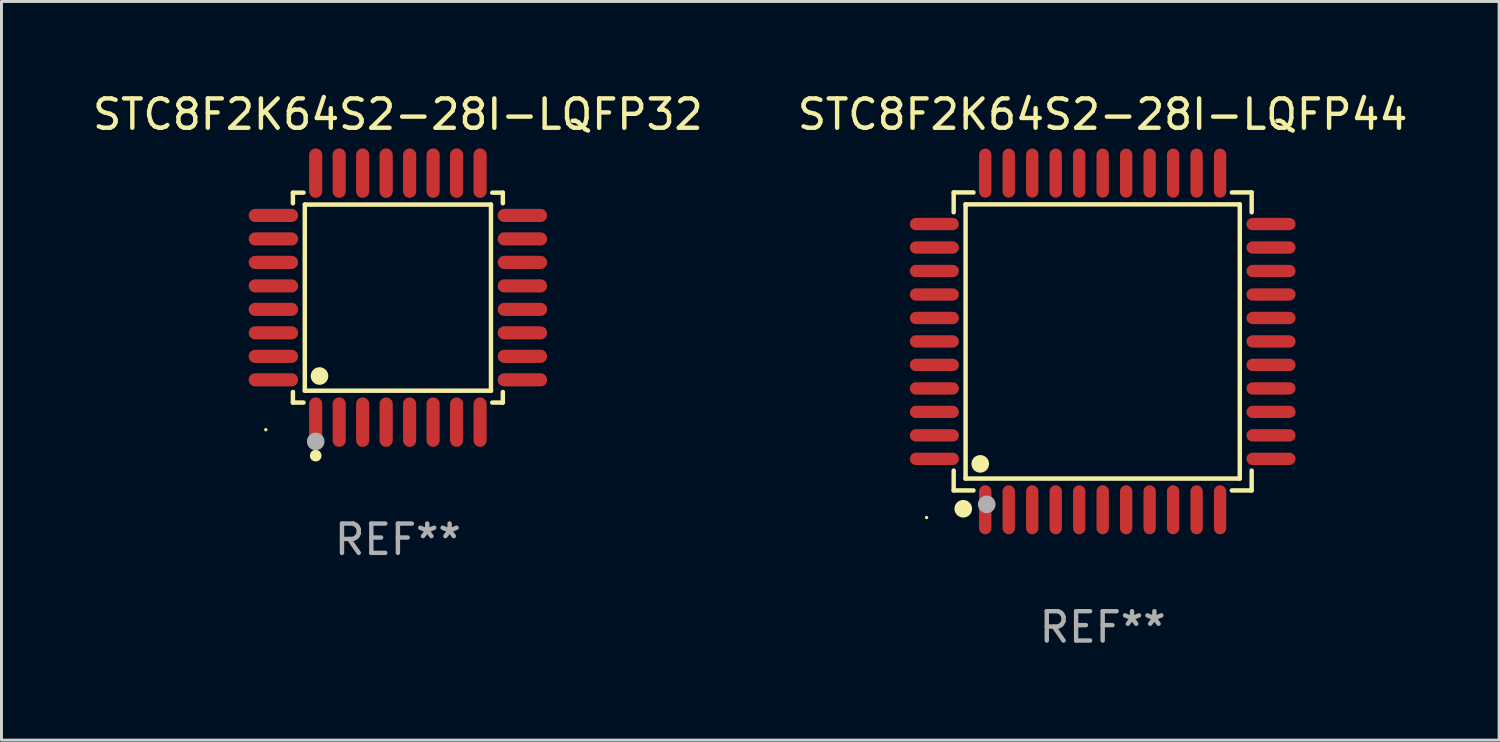
<source format=kicad_pcb>
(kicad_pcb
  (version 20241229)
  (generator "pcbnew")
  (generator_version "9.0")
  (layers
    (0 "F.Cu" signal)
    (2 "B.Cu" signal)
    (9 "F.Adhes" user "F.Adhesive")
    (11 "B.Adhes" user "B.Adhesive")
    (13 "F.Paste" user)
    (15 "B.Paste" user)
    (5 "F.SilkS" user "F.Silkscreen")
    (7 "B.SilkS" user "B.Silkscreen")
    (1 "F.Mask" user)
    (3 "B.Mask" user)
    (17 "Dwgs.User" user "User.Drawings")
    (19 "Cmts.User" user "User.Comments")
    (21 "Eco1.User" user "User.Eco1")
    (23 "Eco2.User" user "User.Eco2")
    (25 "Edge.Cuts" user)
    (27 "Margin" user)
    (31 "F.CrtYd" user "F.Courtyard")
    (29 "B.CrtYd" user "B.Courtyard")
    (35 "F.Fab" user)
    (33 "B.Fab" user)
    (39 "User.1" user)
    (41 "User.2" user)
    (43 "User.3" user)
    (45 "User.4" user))
  (footprint "STC8F2K64S2-28I-LQFP44"
    (layer "F.Cu")
    (at 34.518 8.583)
    (property "Reference" "STC8F2K64S2-28I-LQFP44" (at 0 -7.735 0) (layer "F.SilkS") (effects (font (size 1 1) (thickness 0.15))))
    (attr through_hole)
    (fp_line (start -5.076 -5.076) (end -4.401 -5.076) (stroke (width 0.152) (type solid)) (layer "F.SilkS"))
    (fp_line (start -5.076 -4.401) (end -5.076 -5.076) (stroke (width 0.152) (type solid)) (layer "F.SilkS"))
    (fp_line (start -5.076 4.401) (end -5.076 5.076) (stroke (width 0.152) (type solid)) (layer "F.SilkS"))
    (fp_line (start -5.076 5.076) (end -4.401 5.076) (stroke (width 0.152) (type solid)) (layer "F.SilkS"))
    (fp_line (start -4.671 -4.671) (end 4.671 -4.671) (stroke (width 0.152) (type solid)) (layer "F.SilkS"))
    (fp_line (start -4.671 4.671) (end -4.671 -4.671) (stroke (width 0.152) (type solid)) (layer "F.SilkS"))
    (fp_line (start 4.671 -4.671) (end 4.671 4.671) (stroke (width 0.152) (type solid)) (layer "F.SilkS"))
    (fp_line (start 4.671 4.671) (end -4.671 4.671) (stroke (width 0.152) (type solid)) (layer "F.SilkS"))
    (fp_line (start 5.076 -5.076) (end 4.401 -5.076) (stroke (width 0.152) (type solid)) (layer "F.SilkS"))
    (fp_line (start 5.076 -4.401) (end 5.076 -5.076) (stroke (width 0.152) (type solid)) (layer "F.SilkS"))
    (fp_line (start 5.076 4.401) (end 5.076 5.076) (stroke (width 0.152) (type solid)) (layer "F.SilkS"))
    (fp_line (start 5.076 5.076) (end 4.401 5.076) (stroke (width 0.152) (type solid)) (layer "F.SilkS"))
    (fp_circle (center -6 6) (end -5.97 6) (stroke (width 0.06) (type solid)) (fill no) (layer "F.SilkS"))
    (fp_circle (center -4.75 5.7) (end -4.6 5.7) (stroke (width 0.3) (type solid)) (fill no) (layer "F.SilkS"))
    (fp_circle (center -4.171 4.171) (end -4.021 4.171) (stroke (width 0.3) (type solid)) (fill no) (layer "F.SilkS"))
    (fp_circle (center -3.95 5.55) (end -3.8 5.55) (stroke (width 0.3) (type solid)) (fill no) (layer "F.Fab"))
    (fp_text user "REF**" (at 0 9.735 0) (layer "F.Fab") (effects (font (size 1 1) (thickness 0.15))))
    (pad "1" smd oval (at -4 5.735) (size 0.42 1.67) (layers "F.Cu" "F.Mask" "F.Paste"))
    (pad "2" smd oval (at -3.2 5.735) (size 0.42 1.67) (layers "F.Cu" "F.Mask" "F.Paste"))
    (pad "3" smd oval (at -2.4 5.735) (size 0.42 1.67) (layers "F.Cu" "F.Mask" "F.Paste"))
    (pad "4" smd oval (at -1.6 5.735) (size 0.42 1.67) (layers "F.Cu" "F.Mask" "F.Paste"))
    (pad "5" smd oval (at -0.8 5.735) (size 0.42 1.67) (layers "F.Cu" "F.Mask" "F.Paste"))
    (pad "6" smd oval (at 0 5.735) (size 0.42 1.67) (layers "F.Cu" "F.Mask" "F.Paste"))
    (pad "7" smd oval (at 0.8 5.735) (size 0.42 1.67) (layers "F.Cu" "F.Mask" "F.Paste"))
    (pad "8" smd oval (at 1.6 5.735) (size 0.42 1.67) (layers "F.Cu" "F.Mask" "F.Paste"))
    (pad "9" smd oval (at 2.4 5.735) (size 0.42 1.67) (layers "F.Cu" "F.Mask" "F.Paste"))
    (pad "10" smd oval (at 3.2 5.735) (size 0.42 1.67) (layers "F.Cu" "F.Mask" "F.Paste"))
    (pad "11" smd oval (at 4 5.735) (size 0.42 1.67) (layers "F.Cu" "F.Mask" "F.Paste"))
    (pad "12" smd oval (at 5.735 4) (size 1.67 0.42) (layers "F.Cu" "F.Mask" "F.Paste"))
    (pad "13" smd oval (at 5.735 3.2) (size 1.67 0.42) (layers "F.Cu" "F.Mask" "F.Paste"))
    (pad "14" smd oval (at 5.735 2.4) (size 1.67 0.42) (layers "F.Cu" "F.Mask" "F.Paste"))
    (pad "15" smd oval (at 5.735 1.6) (size 1.67 0.42) (layers "F.Cu" "F.Mask" "F.Paste"))
    (pad "16" smd oval (at 5.735 0.8) (size 1.67 0.42) (layers "F.Cu" "F.Mask" "F.Paste"))
    (pad "17" smd oval (at 5.735 0) (size 1.67 0.42) (layers "F.Cu" "F.Mask" "F.Paste"))
    (pad "18" smd oval (at 5.735 -0.8) (size 1.67 0.42) (layers "F.Cu" "F.Mask" "F.Paste"))
    (pad "19" smd oval (at 5.735 -1.6) (size 1.67 0.42) (layers "F.Cu" "F.Mask" "F.Paste"))
    (pad "20" smd oval (at 5.735 -2.4) (size 1.67 0.42) (layers "F.Cu" "F.Mask" "F.Paste"))
    (pad "21" smd oval (at 5.735 -3.2) (size 1.67 0.42) (layers "F.Cu" "F.Mask" "F.Paste"))
    (pad "22" smd oval (at 5.735 -4) (size 1.67 0.42) (layers "F.Cu" "F.Mask" "F.Paste"))
    (pad "23" smd oval (at 4 -5.735) (size 0.42 1.67) (layers "F.Cu" "F.Mask" "F.Paste"))
    (pad "24" smd oval (at 3.2 -5.735) (size 0.42 1.67) (layers "F.Cu" "F.Mask" "F.Paste"))
    (pad "25" smd oval (at 2.4 -5.735) (size 0.42 1.67) (layers "F.Cu" "F.Mask" "F.Paste"))
    (pad "26" smd oval (at 1.6 -5.735) (size 0.42 1.67) (layers "F.Cu" "F.Mask" "F.Paste"))
    (pad "27" smd oval (at 0.8 -5.735) (size 0.42 1.67) (layers "F.Cu" "F.Mask" "F.Paste"))
    (pad "28" smd oval (at 0 -5.735) (size 0.42 1.67) (layers "F.Cu" "F.Mask" "F.Paste"))
    (pad "29" smd oval (at -0.8 -5.735) (size 0.42 1.67) (layers "F.Cu" "F.Mask" "F.Paste"))
    (pad "30" smd oval (at -1.6 -5.735) (size 0.42 1.67) (layers "F.Cu" "F.Mask" "F.Paste"))
    (pad "31" smd oval (at -2.4 -5.735) (size 0.42 1.67) (layers "F.Cu" "F.Mask" "F.Paste"))
    (pad "32" smd oval (at -3.2 -5.735) (size 0.42 1.67) (layers "F.Cu" "F.Mask" "F.Paste"))
    (pad "33" smd oval (at -4 -5.735) (size 0.42 1.67) (layers "F.Cu" "F.Mask" "F.Paste"))
    (pad "34" smd oval (at -5.735 -4) (size 1.67 0.42) (layers "F.Cu" "F.Mask" "F.Paste"))
    (pad "35" smd oval (at -5.735 -3.2) (size 1.67 0.42) (layers "F.Cu" "F.Mask" "F.Paste"))
    (pad "36" smd oval (at -5.735 -2.4) (size 1.67 0.42) (layers "F.Cu" "F.Mask" "F.Paste"))
    (pad "37" smd oval (at -5.735 -1.6) (size 1.67 0.42) (layers "F.Cu" "F.Mask" "F.Paste"))
    (pad "38" smd oval (at -5.735 -0.8) (size 1.67 0.42) (layers "F.Cu" "F.Mask" "F.Paste"))
    (pad "39" smd oval (at -5.735 0) (size 1.67 0.42) (layers "F.Cu" "F.Mask" "F.Paste"))
    (pad "40" smd oval (at -5.735 0.8) (size 1.67 0.42) (layers "F.Cu" "F.Mask" "F.Paste"))
    (pad "41" smd oval (at -5.735 1.6) (size 1.67 0.42) (layers "F.Cu" "F.Mask" "F.Paste"))
    (pad "42" smd oval (at -5.735 2.4) (size 1.67 0.42) (layers "F.Cu" "F.Mask" "F.Paste"))
    (pad "43" smd oval (at -5.735 3.2) (size 1.67 0.42) (layers "F.Cu" "F.Mask" "F.Paste"))
    (pad "44" smd oval (at -5.735 4) (size 1.67 0.42) (layers "F.Cu" "F.Mask" "F.Paste")))
  (footprint "STC8F2K64S2-28I-LQFP32"
    (layer "F.Cu")
    (at 10.506 7.09)
    (property "Reference" "STC8F2K64S2-28I-LQFP32" (at 0 -6.242 0) (layer "F.SilkS") (effects (font (size 1 1) (thickness 0.15))))
    (attr through_hole)
    (fp_line (start -3.576 -3.576) (end -3.215 -3.576) (stroke (width 0.152) (type solid)) (layer "F.SilkS"))
    (fp_line (start -3.576 -3.215) (end -3.576 -3.576) (stroke (width 0.152) (type solid)) (layer "F.SilkS"))
    (fp_line (start -3.576 3.215) (end -3.576 3.576) (stroke (width 0.152) (type solid)) (layer "F.SilkS"))
    (fp_line (start -3.576 3.576) (end -3.215 3.576) (stroke (width 0.152) (type solid)) (layer "F.SilkS"))
    (fp_line (start -3.171 -3.171) (end 3.171 -3.171) (stroke (width 0.152) (type solid)) (layer "F.SilkS"))
    (fp_line (start -3.171 3.171) (end -3.171 -3.171) (stroke (width 0.152) (type solid)) (layer "F.SilkS"))
    (fp_line (start 3.171 -3.171) (end 3.171 3.171) (stroke (width 0.152) (type solid)) (layer "F.SilkS"))
    (fp_line (start 3.171 3.171) (end -3.171 3.171) (stroke (width 0.152) (type solid)) (layer "F.SilkS"))
    (fp_line (start 3.576 -3.576) (end 3.215 -3.576) (stroke (width 0.152) (type solid)) (layer "F.SilkS"))
    (fp_line (start 3.576 -3.215) (end 3.576 -3.576) (stroke (width 0.152) (type solid)) (layer "F.SilkS"))
    (fp_line (start 3.576 3.215) (end 3.576 3.576) (stroke (width 0.152) (type solid)) (layer "F.SilkS"))
    (fp_line (start 3.576 3.576) (end 3.215 3.576) (stroke (width 0.152) (type solid)) (layer "F.SilkS"))
    (fp_circle (center -4.5 4.5) (end -4.47 4.5) (stroke (width 0.06) (type solid)) (fill no) (layer "F.SilkS"))
    (fp_circle (center -2.8 5.384) (end -2.7 5.384) (stroke (width 0.2) (type solid)) (fill no) (layer "F.SilkS"))
    (fp_circle (center -2.671 2.671) (end -2.521 2.671) (stroke (width 0.3) (type solid)) (fill no) (layer "F.SilkS"))
    (fp_circle (center -2.8 4.9) (end -2.65 4.9) (stroke (width 0.3) (type solid)) (fill no) (layer "F.Fab"))
    (fp_text user "REF**" (at 0 8.242 0) (layer "F.Fab") (effects (font (size 1 1) (thickness 0.15))))
    (pad "1" smd oval (at -2.8 4.242) (size 0.448 1.684) (layers "F.Cu" "F.Mask" "F.Paste"))
    (pad "2" smd oval (at -2 4.242) (size 0.448 1.684) (layers "F.Cu" "F.Mask" "F.Paste"))
    (pad "3" smd oval (at -1.2 4.242) (size 0.448 1.684) (layers "F.Cu" "F.Mask" "F.Paste"))
    (pad "4" smd oval (at -0.4 4.242) (size 0.448 1.684) (layers "F.Cu" "F.Mask" "F.Paste"))
    (pad "5" smd oval (at 0.4 4.242) (size 0.448 1.684) (layers "F.Cu" "F.Mask" "F.Paste"))
    (pad "6" smd oval (at 1.2 4.242) (size 0.448 1.684) (layers "F.Cu" "F.Mask" "F.Paste"))
    (pad "7" smd oval (at 2 4.242) (size 0.448 1.684) (layers "F.Cu" "F.Mask" "F.Paste"))
    (pad "8" smd oval (at 2.8 4.242) (size 0.448 1.684) (layers "F.Cu" "F.Mask" "F.Paste"))
    (pad "9" smd oval (at 4.242 2.8) (size 1.684 0.448) (layers "F.Cu" "F.Mask" "F.Paste"))
    (pad "10" smd oval (at 4.242 2) (size 1.684 0.448) (layers "F.Cu" "F.Mask" "F.Paste"))
    (pad "11" smd oval (at 4.242 1.2) (size 1.684 0.448) (layers "F.Cu" "F.Mask" "F.Paste"))
    (pad "12" smd oval (at 4.242 0.4) (size 1.684 0.448) (layers "F.Cu" "F.Mask" "F.Paste"))
    (pad "13" smd oval (at 4.242 -0.4) (size 1.684 0.448) (layers "F.Cu" "F.Mask" "F.Paste"))
    (pad "14" smd oval (at 4.242 -1.2) (size 1.684 0.448) (layers "F.Cu" "F.Mask" "F.Paste"))
    (pad "15" smd oval (at 4.242 -2) (size 1.684 0.448) (layers "F.Cu" "F.Mask" "F.Paste"))
    (pad "16" smd oval (at 4.242 -2.8) (size 1.684 0.448) (layers "F.Cu" "F.Mask" "F.Paste"))
    (pad "17" smd oval (at 2.8 -4.242) (size 0.448 1.684) (layers "F.Cu" "F.Mask" "F.Paste"))
    (pad "18" smd oval (at 2 -4.242) (size 0.448 1.684) (layers "F.Cu" "F.Mask" "F.Paste"))
    (pad "19" smd oval (at 1.2 -4.242) (size 0.448 1.684) (layers "F.Cu" "F.Mask" "F.Paste"))
    (pad "20" smd oval (at 0.4 -4.242) (size 0.448 1.684) (layers "F.Cu" "F.Mask" "F.Paste"))
    (pad "21" smd oval (at -0.4 -4.242) (size 0.448 1.684) (layers "F.Cu" "F.Mask" "F.Paste"))
    (pad "22" smd oval (at -1.2 -4.242) (size 0.448 1.684) (layers "F.Cu" "F.Mask" "F.Paste"))
    (pad "23" smd oval (at -2 -4.242) (size 0.448 1.684) (layers "F.Cu" "F.Mask" "F.Paste"))
    (pad "24" smd oval (at -2.8 -4.242) (size 0.448 1.684) (layers "F.Cu" "F.Mask" "F.Paste"))
    (pad "25" smd oval (at -4.242 -2.8) (size 1.684 0.448) (layers "F.Cu" "F.Mask" "F.Paste"))
    (pad "26" smd oval (at -4.242 -2) (size 1.684 0.448) (layers "F.Cu" "F.Mask" "F.Paste"))
    (pad "27" smd oval (at -4.242 -1.2) (size 1.684 0.448) (layers "F.Cu" "F.Mask" "F.Paste"))
    (pad "28" smd oval (at -4.242 -0.4) (size 1.684 0.448) (layers "F.Cu" "F.Mask" "F.Paste"))
    (pad "29" smd oval (at -4.242 0.4) (size 1.684 0.448) (layers "F.Cu" "F.Mask" "F.Paste"))
    (pad "30" smd oval (at -4.242 1.2) (size 1.684 0.448) (layers "F.Cu" "F.Mask" "F.Paste"))
    (pad "31" smd oval (at -4.242 2) (size 1.684 0.448) (layers "F.Cu" "F.Mask" "F.Paste"))
    (pad "32" smd oval (at -4.242 2.8) (size 1.684 0.448) (layers "F.Cu" "F.Mask" "F.Paste")))
  (gr_rect
    (start -3 -3)
    (end 48.024 22.167)
    (stroke (width 0.1) (type default))
    (fill no)
    (layer "Edge.Cuts")))
</source>
